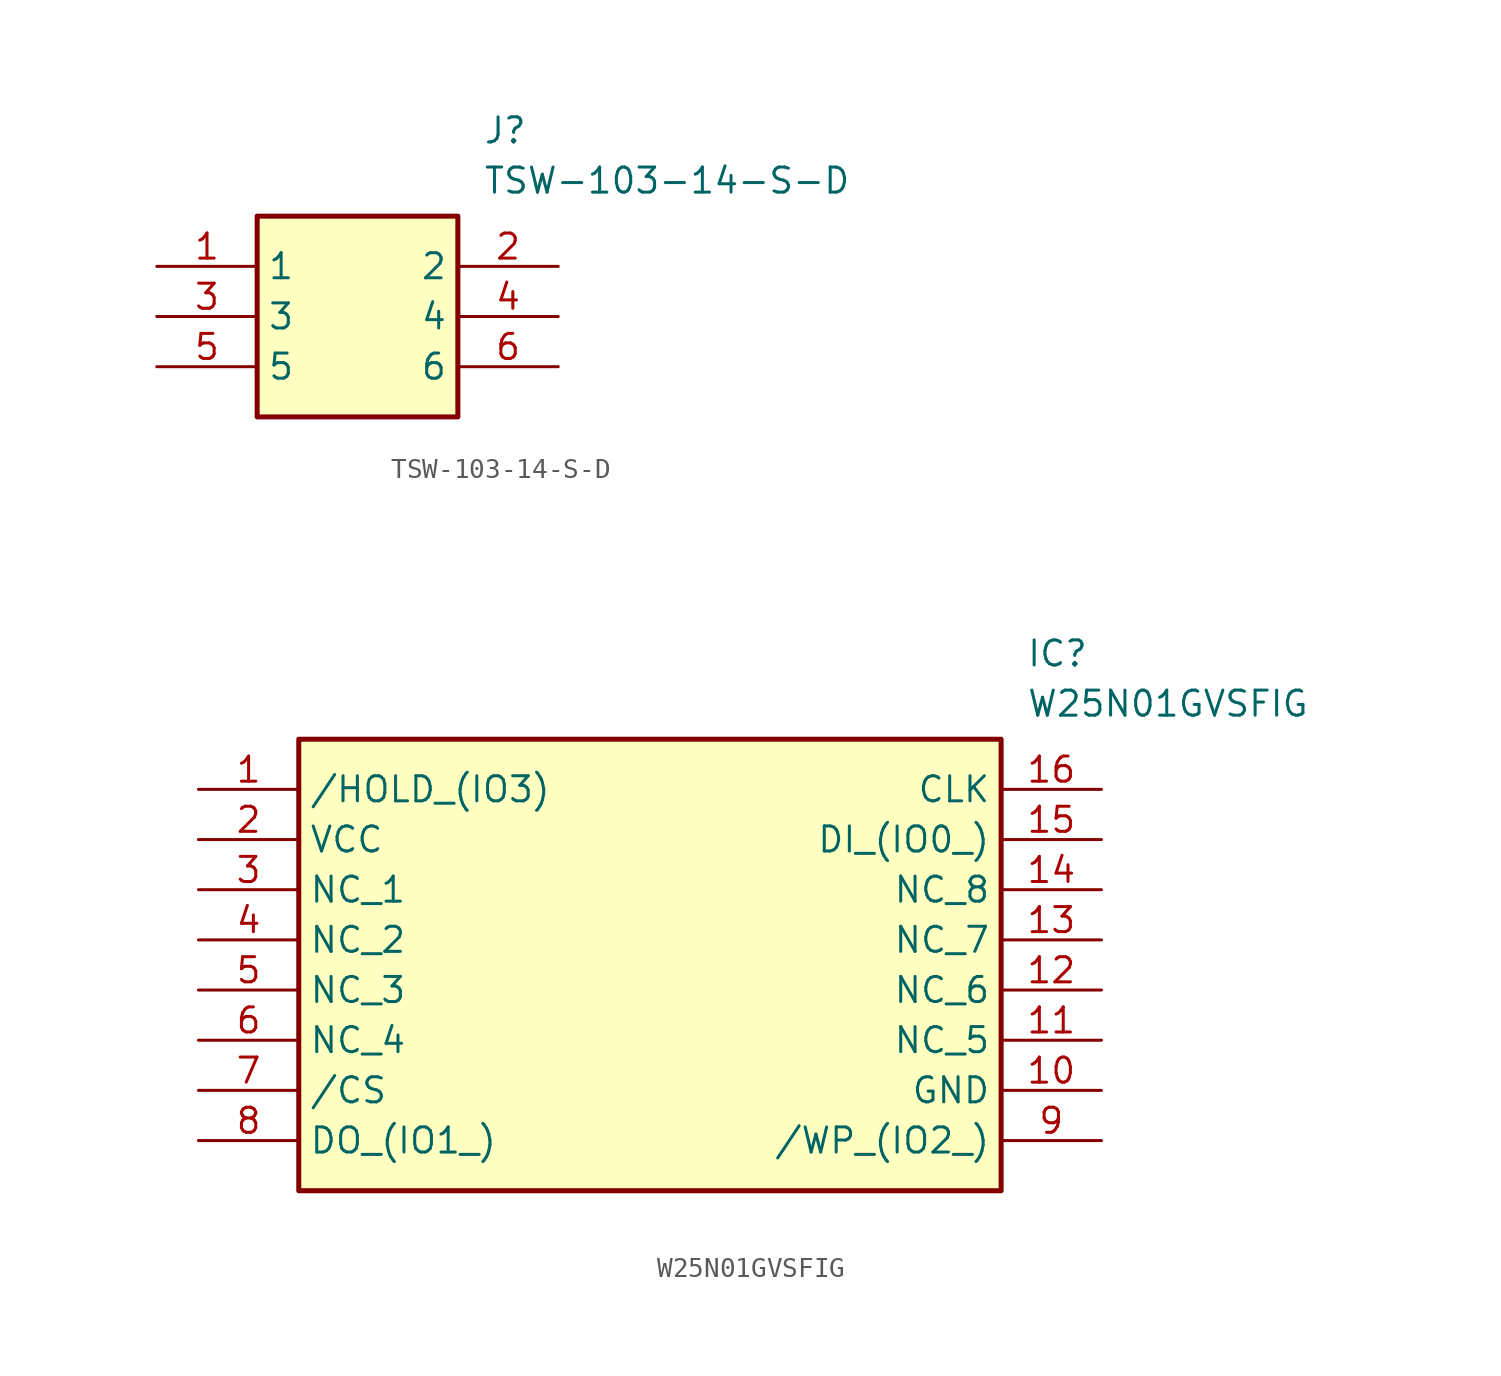
<source format=kicad_sym>
(kicad_symbol_lib
  (version 20231120)
  (generator "kicad_symbol_editor")
  (generator_version "8.0")
  (symbol "TSW-103-14-S-D"
    (property "Reference" "J"
      (at 16.51 7.62 0)
      (effects (font (size 1.27 1.27)) (justify left top)))
    (property "Value" "TSW-103-14-S-D"
      (at 16.51 5.08 0)
      (effects (font (size 1.27 1.27)) (justify left top)))
    (symbol "TSW-103-14-S-D_1_1"
      (rectangle (start 5.08 2.54) (end 15.24 -7.62) (stroke (width 0.254) (type default)) (fill (type background)))
      (pin passive line (at 0 0 0) (length 5.08) (name "1" (effects (font (size 1.27 1.27)))) (number "1" (effects (font (size 1.27 1.27)))))
      (pin passive line (at 20.32 0 180) (length 5.08) (name "2" (effects (font (size 1.27 1.27)))) (number "2" (effects (font (size 1.27 1.27)))))
      (pin passive line (at 0 -2.54 0) (length 5.08) (name "3" (effects (font (size 1.27 1.27)))) (number "3" (effects (font (size 1.27 1.27)))))
      (pin passive line (at 20.32 -2.54 180) (length 5.08) (name "4" (effects (font (size 1.27 1.27)))) (number "4" (effects (font (size 1.27 1.27)))))
      (pin passive line (at 0 -5.08 0) (length 5.08) (name "5" (effects (font (size 1.27 1.27)))) (number "5" (effects (font (size 1.27 1.27)))))
      (pin passive line (at 20.32 -5.08 180) (length 5.08) (name "6" (effects (font (size 1.27 1.27)))) (number "6" (effects (font (size 1.27 1.27)))))))
  (symbol "W25N01GVSFIG"
    (property "Reference" "IC"
      (at 41.91 7.62 0)
      (effects (font (size 1.27 1.27)) (justify left top)))
    (property "Value" "W25N01GVSFIG"
      (at 41.91 5.08 0)
      (effects (font (size 1.27 1.27)) (justify left top)))
    (symbol "W25N01GVSFIG_1_1"
      (rectangle (start 5.08 2.54) (end 40.64 -20.32) (stroke (width 0.254) (type default)) (fill (type background)))
      (pin passive line (at 0 0 0) (length 5.08) (name "/HOLD_(IO3)" (effects (font (size 1.27 1.27)))) (number "1" (effects (font (size 1.27 1.27)))))
      (pin passive line (at 45.72 -15.24 180) (length 5.08) (name "GND" (effects (font (size 1.27 1.27)))) (number "10" (effects (font (size 1.27 1.27)))))
      (pin passive line (at 45.72 -12.7 180) (length 5.08) (name "NC_5" (effects (font (size 1.27 1.27)))) (number "11" (effects (font (size 1.27 1.27)))))
      (pin passive line (at 45.72 -10.16 180) (length 5.08) (name "NC_6" (effects (font (size 1.27 1.27)))) (number "12" (effects (font (size 1.27 1.27)))))
      (pin passive line (at 45.72 -7.62 180) (length 5.08) (name "NC_7" (effects (font (size 1.27 1.27)))) (number "13" (effects (font (size 1.27 1.27)))))
      (pin passive line (at 45.72 -5.08 180) (length 5.08) (name "NC_8" (effects (font (size 1.27 1.27)))) (number "14" (effects (font (size 1.27 1.27)))))
      (pin passive line (at 45.72 -2.54 180) (length 5.08) (name "DI_(IO0_)" (effects (font (size 1.27 1.27)))) (number "15" (effects (font (size 1.27 1.27)))))
      (pin passive line (at 45.72 0 180) (length 5.08) (name "CLK" (effects (font (size 1.27 1.27)))) (number "16" (effects (font (size 1.27 1.27)))))
      (pin passive line (at 0 -2.54 0) (length 5.08) (name "VCC" (effects (font (size 1.27 1.27)))) (number "2" (effects (font (size 1.27 1.27)))))
      (pin passive line (at 0 -5.08 0) (length 5.08) (name "NC_1" (effects (font (size 1.27 1.27)))) (number "3" (effects (font (size 1.27 1.27)))))
      (pin passive line (at 0 -7.62 0) (length 5.08) (name "NC_2" (effects (font (size 1.27 1.27)))) (number "4" (effects (font (size 1.27 1.27)))))
      (pin passive line (at 0 -10.16 0) (length 5.08) (name "NC_3" (effects (font (size 1.27 1.27)))) (number "5" (effects (font (size 1.27 1.27)))))
      (pin passive line (at 0 -12.7 0) (length 5.08) (name "NC_4" (effects (font (size 1.27 1.27)))) (number "6" (effects (font (size 1.27 1.27)))))
      (pin passive line (at 0 -15.24 0) (length 5.08) (name "/CS" (effects (font (size 1.27 1.27)))) (number "7" (effects (font (size 1.27 1.27)))))
      (pin passive line (at 0 -17.78 0) (length 5.08) (name "DO_(IO1_)" (effects (font (size 1.27 1.27)))) (number "8" (effects (font (size 1.27 1.27)))))
      (pin passive line (at 45.72 -17.78 180) (length 5.08) (name "/WP_(IO2_)" (effects (font (size 1.27 1.27)))) (number "9" (effects (font (size 1.27 1.27))))))))
</source>
